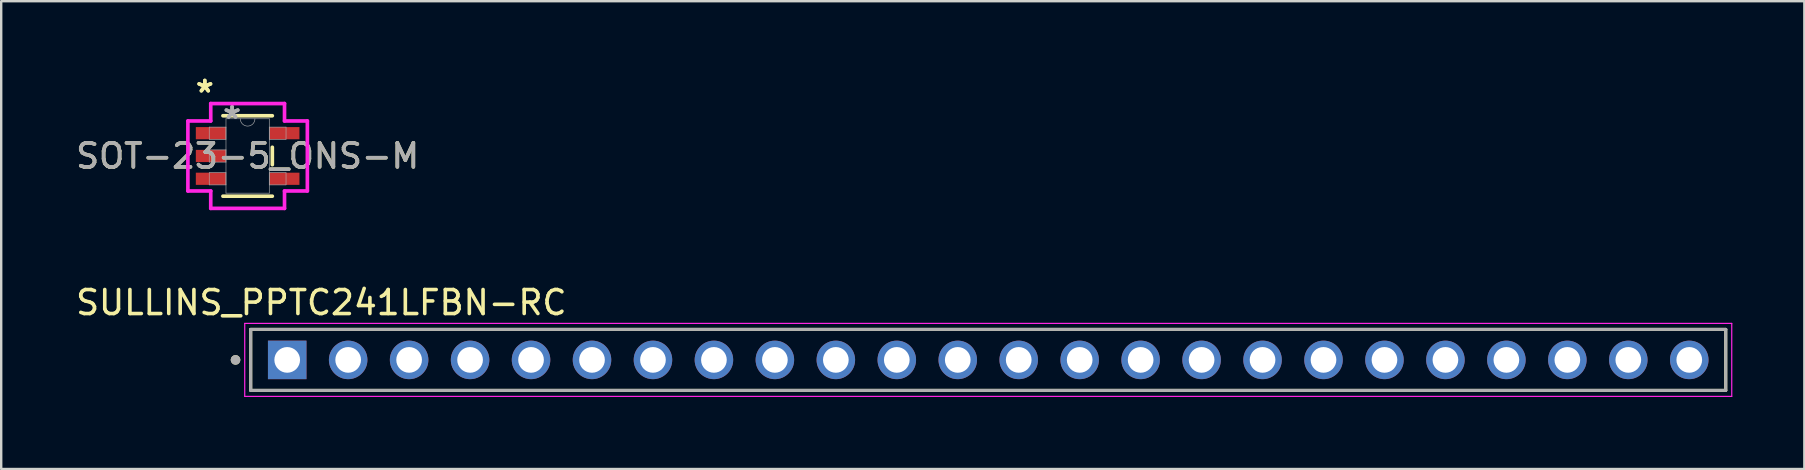
<source format=kicad_pcb>
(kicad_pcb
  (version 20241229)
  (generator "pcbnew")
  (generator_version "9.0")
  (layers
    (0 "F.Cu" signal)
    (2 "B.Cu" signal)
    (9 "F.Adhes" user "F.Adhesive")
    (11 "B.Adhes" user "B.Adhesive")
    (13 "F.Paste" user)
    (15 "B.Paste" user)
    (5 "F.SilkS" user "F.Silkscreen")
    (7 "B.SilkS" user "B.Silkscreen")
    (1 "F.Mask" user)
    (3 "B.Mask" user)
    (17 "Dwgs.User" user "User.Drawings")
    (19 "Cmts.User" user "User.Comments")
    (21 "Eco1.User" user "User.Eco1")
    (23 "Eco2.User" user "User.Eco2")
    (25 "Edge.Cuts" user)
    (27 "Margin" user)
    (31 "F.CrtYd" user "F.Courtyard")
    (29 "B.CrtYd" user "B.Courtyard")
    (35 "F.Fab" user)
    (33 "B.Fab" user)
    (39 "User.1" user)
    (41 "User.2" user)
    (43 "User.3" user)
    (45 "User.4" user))
  (footprint "SOT-23-5_ONS-M"
    (layer "F.Cu")
    (at 7.268 3.449)
    (property "Reference" "SOT-23-5_ONS-M" (at 0 0 0) (unlocked yes) (layer "F.SilkS") (effects (font (size 1 1) (thickness 0.15))))
    (attr smd)
    (fp_line (start -1.029 1.676) (end 1.029 1.676) (stroke (width 0.152) (type solid)) (layer "F.SilkS"))
    (fp_line (start 1.029 -1.676) (end -1.029 -1.676) (stroke (width 0.152) (type solid)) (layer "F.SilkS"))
    (fp_line (start 1.029 0.363) (end 1.029 -0.363) (stroke (width 0.152) (type solid)) (layer "F.SilkS"))
    (fp_line (start -2.489 -1.458) (end -1.537 -1.458) (stroke (width 0.152) (type solid)) (layer "F.CrtYd"))
    (fp_line (start -2.489 1.458) (end -2.489 -1.458) (stroke (width 0.152) (type solid)) (layer "F.CrtYd"))
    (fp_line (start -1.537 -2.184) (end 1.537 -2.184) (stroke (width 0.152) (type solid)) (layer "F.CrtYd"))
    (fp_line (start -1.537 -1.458) (end -1.537 -2.184) (stroke (width 0.152) (type solid)) (layer "F.CrtYd"))
    (fp_line (start -1.537 1.458) (end -2.489 1.458) (stroke (width 0.152) (type solid)) (layer "F.CrtYd"))
    (fp_line (start -1.537 2.184) (end -1.537 1.458) (stroke (width 0.152) (type solid)) (layer "F.CrtYd"))
    (fp_line (start 1.537 -2.184) (end 1.537 -1.458) (stroke (width 0.152) (type solid)) (layer "F.CrtYd"))
    (fp_line (start 1.537 -1.458) (end 2.489 -1.458) (stroke (width 0.152) (type solid)) (layer "F.CrtYd"))
    (fp_line (start 1.537 1.458) (end 1.537 2.184) (stroke (width 0.152) (type solid)) (layer "F.CrtYd"))
    (fp_line (start 1.537 2.184) (end -1.537 2.184) (stroke (width 0.152) (type solid)) (layer "F.CrtYd"))
    (fp_line (start 2.489 -1.458) (end 2.489 1.458) (stroke (width 0.152) (type solid)) (layer "F.CrtYd"))
    (fp_line (start 2.489 1.458) (end 1.537 1.458) (stroke (width 0.152) (type solid)) (layer "F.CrtYd"))
    (fp_line (start -1.6 -1.204) (end -1.6 -0.696) (stroke (width 0.025) (type solid)) (layer "F.Fab"))
    (fp_line (start -1.6 -0.696) (end -0.902 -0.696) (stroke (width 0.025) (type solid)) (layer "F.Fab"))
    (fp_line (start -1.6 -0.254) (end -1.6 0.254) (stroke (width 0.025) (type solid)) (layer "F.Fab"))
    (fp_line (start -1.6 0.254) (end -0.902 0.254) (stroke (width 0.025) (type solid)) (layer "F.Fab"))
    (fp_line (start -1.6 0.696) (end -1.6 1.204) (stroke (width 0.025) (type solid)) (layer "F.Fab"))
    (fp_line (start -1.6 1.204) (end -0.902 1.204) (stroke (width 0.025) (type solid)) (layer "F.Fab"))
    (fp_line (start -0.902 -1.549) (end -0.902 1.549) (stroke (width 0.025) (type solid)) (layer "F.Fab"))
    (fp_line (start -0.902 -1.204) (end -1.6 -1.204) (stroke (width 0.025) (type solid)) (layer "F.Fab"))
    (fp_line (start -0.902 -0.696) (end -0.902 -1.204) (stroke (width 0.025) (type solid)) (layer "F.Fab"))
    (fp_line (start -0.902 -0.254) (end -1.6 -0.254) (stroke (width 0.025) (type solid)) (layer "F.Fab"))
    (fp_line (start -0.902 0.254) (end -0.902 -0.254) (stroke (width 0.025) (type solid)) (layer "F.Fab"))
    (fp_line (start -0.902 0.696) (end -1.6 0.696) (stroke (width 0.025) (type solid)) (layer "F.Fab"))
    (fp_line (start -0.902 1.204) (end -0.902 0.696) (stroke (width 0.025) (type solid)) (layer "F.Fab"))
    (fp_line (start -0.902 1.549) (end 0.902 1.549) (stroke (width 0.025) (type solid)) (layer "F.Fab"))
    (fp_line (start 0.902 -1.549) (end -0.902 -1.549) (stroke (width 0.025) (type solid)) (layer "F.Fab"))
    (fp_line (start 0.902 -1.204) (end 0.902 -0.696) (stroke (width 0.025) (type solid)) (layer "F.Fab"))
    (fp_line (start 0.902 -0.696) (end 1.6 -0.696) (stroke (width 0.025) (type solid)) (layer "F.Fab"))
    (fp_line (start 0.902 0.696) (end 0.902 1.204) (stroke (width 0.025) (type solid)) (layer "F.Fab"))
    (fp_line (start 0.902 1.204) (end 1.6 1.204) (stroke (width 0.025) (type solid)) (layer "F.Fab"))
    (fp_line (start 0.902 1.549) (end 0.902 -1.549) (stroke (width 0.025) (type solid)) (layer "F.Fab"))
    (fp_line (start 1.6 -1.204) (end 0.902 -1.204) (stroke (width 0.025) (type solid)) (layer "F.Fab"))
    (fp_line (start 1.6 -0.696) (end 1.6 -1.204) (stroke (width 0.025) (type solid)) (layer "F.Fab"))
    (fp_line (start 1.6 0.696) (end 0.902 0.696) (stroke (width 0.025) (type solid)) (layer "F.Fab"))
    (fp_line (start 1.6 1.204) (end 1.6 0.696) (stroke (width 0.025) (type solid)) (layer "F.Fab"))
    (fp_arc (start 0.3048 -1.5494) (mid 0 -1.2446) (end -0.3048 -1.5494) (stroke (width 0.0254) (type solid)) (layer "F.Fab"))
    (fp_text user "*" (at -1.784 -2.601 0) (layer "F.SilkS") (effects (font (size 1 1) (thickness 0.15))))
    (fp_text user "*" (at -1.784 -2.601 0) (unlocked yes) (layer "F.SilkS") (effects (font (size 1 1) (thickness 0.15))))
    (fp_text user "*" (at -0.648 -1.509 0) (layer "F.Fab") (effects (font (size 1 1) (thickness 0.15))))
    (fp_text user "${REFERENCE}" (at 0 0 0) (unlocked yes) (layer "F.Fab") (effects (font (size 1 1) (thickness 0.15))))
    (fp_text user "*" (at -0.648 -1.509 0) (unlocked yes) (layer "F.Fab") (effects (font (size 1 1) (thickness 0.15))))
    (pad "1" smd rect (at -1.53 -0.95) (size 1.257 0.508) (layers "F.Cu" "F.Mask" "F.Paste"))
    (pad "2" smd rect (at -1.53 0) (size 1.257 0.508) (layers "F.Cu" "F.Mask" "F.Paste"))
    (pad "3" smd rect (at -1.53 0.95) (size 1.257 0.508) (layers "F.Cu" "F.Mask" "F.Paste"))
    (pad "4" smd rect (at 1.53 0.95) (size 1.257 0.508) (layers "F.Cu" "F.Mask" "F.Paste"))
    (pad "5" smd rect (at 1.53 -0.95) (size 1.257 0.508) (layers "F.Cu" "F.Mask" "F.Paste")))
  (footprint "SULLINS_PPTC241LFBN-RC"
    (layer "F.Cu")
    (at 38.127 11.946)
    (property "Reference" "SULLINS_PPTC241LFBN-RC" (at -27.788 -2.388 0) (layer "F.SilkS") (effects (font (size 1 1) (thickness 0.15))))
    (attr through_hole)
    (fp_line (start -30.73 -1.27) (end -30.73 1.27) (stroke (width 0.127) (type solid)) (layer "F.SilkS"))
    (fp_line (start -30.73 1.27) (end 30.73 1.27) (stroke (width 0.127) (type solid)) (layer "F.SilkS"))
    (fp_line (start 30.73 -1.27) (end -30.73 -1.27) (stroke (width 0.127) (type solid)) (layer "F.SilkS"))
    (fp_line (start 30.73 1.27) (end 30.73 -1.27) (stroke (width 0.127) (type solid)) (layer "F.SilkS"))
    (fp_circle (center -31.363 0) (end -31.262 0) (stroke (width 0.2) (type solid)) (fill no) (layer "F.SilkS"))
    (fp_line (start -30.98 -1.52) (end -30.98 1.52) (stroke (width 0.05) (type solid)) (layer "F.CrtYd"))
    (fp_line (start -30.98 1.52) (end 30.98 1.52) (stroke (width 0.05) (type solid)) (layer "F.CrtYd"))
    (fp_line (start 30.98 -1.52) (end -30.98 -1.52) (stroke (width 0.05) (type solid)) (layer "F.CrtYd"))
    (fp_line (start 30.98 1.52) (end 30.98 -1.52) (stroke (width 0.05) (type solid)) (layer "F.CrtYd"))
    (fp_line (start -30.73 -1.27) (end -30.73 1.27) (stroke (width 0.127) (type solid)) (layer "F.Fab"))
    (fp_line (start -30.73 1.27) (end 30.73 1.27) (stroke (width 0.127) (type solid)) (layer "F.Fab"))
    (fp_line (start 30.73 -1.27) (end -30.73 -1.27) (stroke (width 0.127) (type solid)) (layer "F.Fab"))
    (fp_line (start 30.73 1.27) (end 30.73 -1.27) (stroke (width 0.127) (type solid)) (layer "F.Fab"))
    (fp_circle (center -31.363 0) (end -31.262 0) (stroke (width 0.2) (type solid)) (fill no) (layer "F.Fab"))
    (pad "1" thru_hole rect (at -29.21 0) (size 1.605 1.605) (drill 1.07) (layers "*.Cu" "*.Mask"))
    (pad "2" thru_hole circle (at -26.67 0) (size 1.605 1.605) (drill 1.07) (layers "*.Cu" "*.Mask"))
    (pad "3" thru_hole circle (at -24.13 0) (size 1.605 1.605) (drill 1.07) (layers "*.Cu" "*.Mask"))
    (pad "4" thru_hole circle (at -21.59 0) (size 1.605 1.605) (drill 1.07) (layers "*.Cu" "*.Mask"))
    (pad "5" thru_hole circle (at -19.05 0) (size 1.605 1.605) (drill 1.07) (layers "*.Cu" "*.Mask"))
    (pad "6" thru_hole circle (at -16.51 0) (size 1.605 1.605) (drill 1.07) (layers "*.Cu" "*.Mask"))
    (pad "7" thru_hole circle (at -13.97 0) (size 1.605 1.605) (drill 1.07) (layers "*.Cu" "*.Mask"))
    (pad "8" thru_hole circle (at -11.43 0) (size 1.605 1.605) (drill 1.07) (layers "*.Cu" "*.Mask"))
    (pad "9" thru_hole circle (at -8.89 0) (size 1.605 1.605) (drill 1.07) (layers "*.Cu" "*.Mask"))
    (pad "10" thru_hole circle (at -6.35 0) (size 1.605 1.605) (drill 1.07) (layers "*.Cu" "*.Mask"))
    (pad "11" thru_hole circle (at -3.81 0) (size 1.605 1.605) (drill 1.07) (layers "*.Cu" "*.Mask"))
    (pad "12" thru_hole circle (at -1.27 0) (size 1.605 1.605) (drill 1.07) (layers "*.Cu" "*.Mask"))
    (pad "13" thru_hole circle (at 1.27 0) (size 1.605 1.605) (drill 1.07) (layers "*.Cu" "*.Mask"))
    (pad "14" thru_hole circle (at 3.81 0) (size 1.605 1.605) (drill 1.07) (layers "*.Cu" "*.Mask"))
    (pad "15" thru_hole circle (at 6.35 0) (size 1.605 1.605) (drill 1.07) (layers "*.Cu" "*.Mask"))
    (pad "16" thru_hole circle (at 8.89 0) (size 1.605 1.605) (drill 1.07) (layers "*.Cu" "*.Mask"))
    (pad "17" thru_hole circle (at 11.43 0) (size 1.605 1.605) (drill 1.07) (layers "*.Cu" "*.Mask"))
    (pad "18" thru_hole circle (at 13.97 0) (size 1.605 1.605) (drill 1.07) (layers "*.Cu" "*.Mask"))
    (pad "19" thru_hole circle (at 16.51 0) (size 1.605 1.605) (drill 1.07) (layers "*.Cu" "*.Mask"))
    (pad "20" thru_hole circle (at 19.05 0) (size 1.605 1.605) (drill 1.07) (layers "*.Cu" "*.Mask"))
    (pad "21" thru_hole circle (at 21.59 0) (size 1.605 1.605) (drill 1.07) (layers "*.Cu" "*.Mask"))
    (pad "22" thru_hole circle (at 24.13 0) (size 1.605 1.605) (drill 1.07) (layers "*.Cu" "*.Mask"))
    (pad "23" thru_hole circle (at 26.67 0) (size 1.605 1.605) (drill 1.07) (layers "*.Cu" "*.Mask"))
    (pad "24" thru_hole circle (at 29.21 0) (size 1.605 1.605) (drill 1.07) (layers "*.Cu" "*.Mask")))
  (gr_rect
    (start -3 -3)
    (end 72.132 16.491)
    (stroke (width 0.1) (type default))
    (fill no)
    (layer "Edge.Cuts")))
</source>
